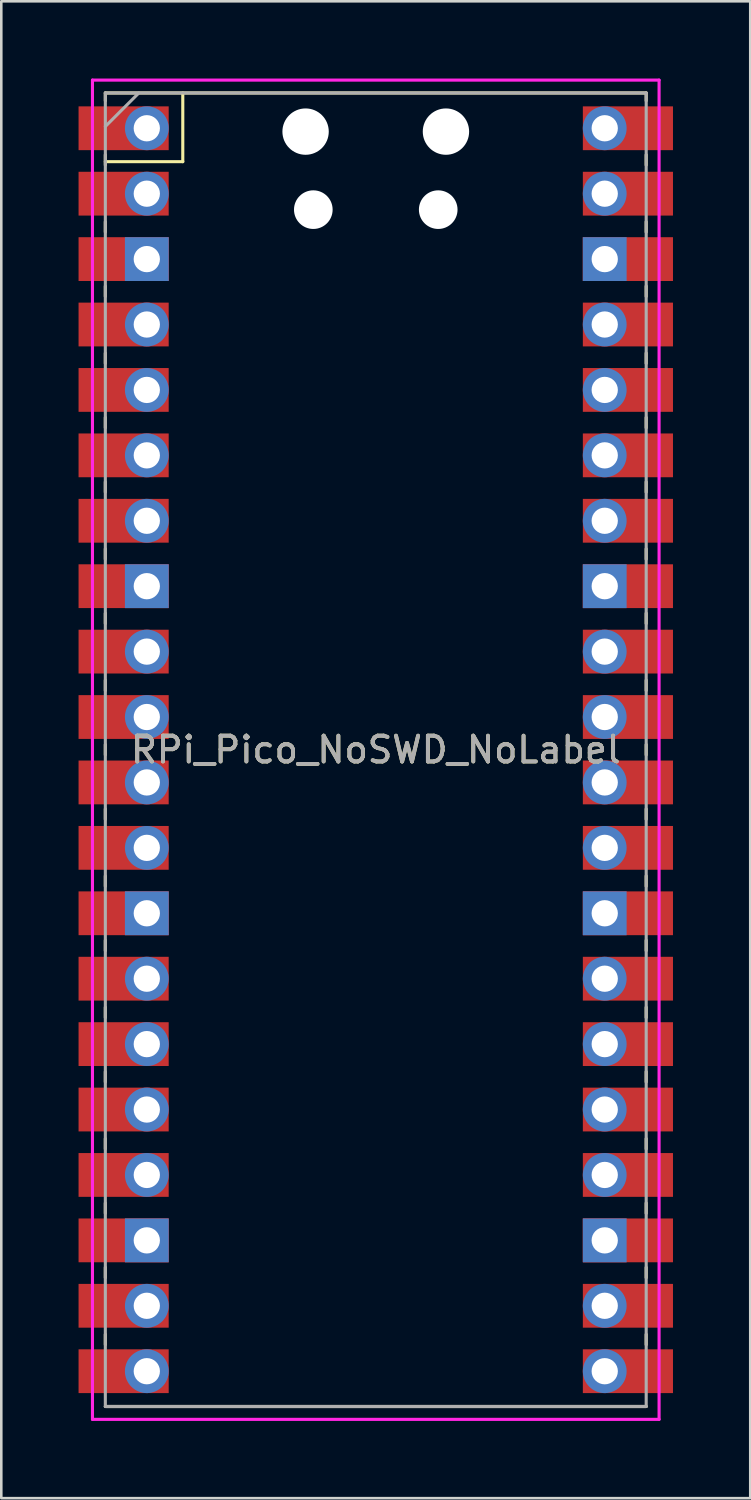
<source format=kicad_pcb>
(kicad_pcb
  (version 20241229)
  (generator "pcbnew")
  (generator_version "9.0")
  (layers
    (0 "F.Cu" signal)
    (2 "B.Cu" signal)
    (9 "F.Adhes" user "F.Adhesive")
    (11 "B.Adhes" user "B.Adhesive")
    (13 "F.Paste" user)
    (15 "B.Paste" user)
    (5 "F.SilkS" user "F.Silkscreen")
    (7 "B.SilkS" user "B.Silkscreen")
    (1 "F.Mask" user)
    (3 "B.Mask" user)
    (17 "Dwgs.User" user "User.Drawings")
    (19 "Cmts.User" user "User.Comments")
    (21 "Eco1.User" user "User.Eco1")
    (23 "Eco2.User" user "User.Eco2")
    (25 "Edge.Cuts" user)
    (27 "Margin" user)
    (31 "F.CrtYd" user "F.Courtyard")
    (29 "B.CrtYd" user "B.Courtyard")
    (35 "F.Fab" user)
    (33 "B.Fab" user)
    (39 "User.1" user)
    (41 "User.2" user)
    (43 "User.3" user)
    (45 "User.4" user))
  (footprint "RPi_Pico_NoSWD_NoLabel"
    (layer "F.Cu")
    (at 11.54 26.06)
    (property "Reference" "RPi_Pico_NoSWD_NoLabel" (at 0 0 0) (layer "F.SilkS") (effects (font (size 1 1) (thickness 0.15))))
    (attr through_hole)
    (fp_line (start -10.5 -25.5) (end -10.5 -25.2) (stroke (width 0.12) (type solid)) (layer "F.SilkS"))
    (fp_line (start -10.5 -25.5) (end 10.5 -25.5) (stroke (width 0.12) (type solid)) (layer "F.SilkS"))
    (fp_line (start -10.5 -23.1) (end -10.5 -22.7) (stroke (width 0.12) (type solid)) (layer "F.SilkS"))
    (fp_line (start -10.5 -22.833) (end -7.493 -22.833) (stroke (width 0.12) (type solid)) (layer "F.SilkS"))
    (fp_line (start -10.5 -20.5) (end -10.5 -20.1) (stroke (width 0.12) (type solid)) (layer "F.SilkS"))
    (fp_line (start -10.5 -18) (end -10.5 -17.6) (stroke (width 0.12) (type solid)) (layer "F.SilkS"))
    (fp_line (start -10.5 -15.4) (end -10.5 -15) (stroke (width 0.12) (type solid)) (layer "F.SilkS"))
    (fp_line (start -10.5 -12.9) (end -10.5 -12.5) (stroke (width 0.12) (type solid)) (layer "F.SilkS"))
    (fp_line (start -10.5 -10.4) (end -10.5 -10) (stroke (width 0.12) (type solid)) (layer "F.SilkS"))
    (fp_line (start -10.5 -7.8) (end -10.5 -7.4) (stroke (width 0.12) (type solid)) (layer "F.SilkS"))
    (fp_line (start -10.5 -5.3) (end -10.5 -4.9) (stroke (width 0.12) (type solid)) (layer "F.SilkS"))
    (fp_line (start -10.5 -2.7) (end -10.5 -2.3) (stroke (width 0.12) (type solid)) (layer "F.SilkS"))
    (fp_line (start -10.5 -0.2) (end -10.5 0.2) (stroke (width 0.12) (type solid)) (layer "F.SilkS"))
    (fp_line (start -10.5 2.3) (end -10.5 2.7) (stroke (width 0.12) (type solid)) (layer "F.SilkS"))
    (fp_line (start -10.5 4.9) (end -10.5 5.3) (stroke (width 0.12) (type solid)) (layer "F.SilkS"))
    (fp_line (start -10.5 7.4) (end -10.5 7.8) (stroke (width 0.12) (type solid)) (layer "F.SilkS"))
    (fp_line (start -10.5 10) (end -10.5 10.4) (stroke (width 0.12) (type solid)) (layer "F.SilkS"))
    (fp_line (start -10.5 12.5) (end -10.5 12.9) (stroke (width 0.12) (type solid)) (layer "F.SilkS"))
    (fp_line (start -10.5 15.1) (end -10.5 15.5) (stroke (width 0.12) (type solid)) (layer "F.SilkS"))
    (fp_line (start -10.5 17.6) (end -10.5 18) (stroke (width 0.12) (type solid)) (layer "F.SilkS"))
    (fp_line (start -10.5 20.1) (end -10.5 20.5) (stroke (width 0.12) (type solid)) (layer "F.SilkS"))
    (fp_line (start -10.5 22.7) (end -10.5 23.1) (stroke (width 0.12) (type solid)) (layer "F.SilkS"))
    (fp_line (start -7.493 -22.833) (end -7.493 -25.5) (stroke (width 0.12) (type solid)) (layer "F.SilkS"))
    (fp_line (start 10.5 -25.5) (end 10.5 -25.2) (stroke (width 0.12) (type solid)) (layer "F.SilkS"))
    (fp_line (start 10.5 -23.1) (end 10.5 -22.7) (stroke (width 0.12) (type solid)) (layer "F.SilkS"))
    (fp_line (start 10.5 -20.5) (end 10.5 -20.1) (stroke (width 0.12) (type solid)) (layer "F.SilkS"))
    (fp_line (start 10.5 -18) (end 10.5 -17.6) (stroke (width 0.12) (type solid)) (layer "F.SilkS"))
    (fp_line (start 10.5 -15.4) (end 10.5 -15) (stroke (width 0.12) (type solid)) (layer "F.SilkS"))
    (fp_line (start 10.5 -12.9) (end 10.5 -12.5) (stroke (width 0.12) (type solid)) (layer "F.SilkS"))
    (fp_line (start 10.5 -10.4) (end 10.5 -10) (stroke (width 0.12) (type solid)) (layer "F.SilkS"))
    (fp_line (start 10.5 -7.8) (end 10.5 -7.4) (stroke (width 0.12) (type solid)) (layer "F.SilkS"))
    (fp_line (start 10.5 -5.3) (end 10.5 -4.9) (stroke (width 0.12) (type solid)) (layer "F.SilkS"))
    (fp_line (start 10.5 -2.7) (end 10.5 -2.3) (stroke (width 0.12) (type solid)) (layer "F.SilkS"))
    (fp_line (start 10.5 -0.2) (end 10.5 0.2) (stroke (width 0.12) (type solid)) (layer "F.SilkS"))
    (fp_line (start 10.5 2.3) (end 10.5 2.7) (stroke (width 0.12) (type solid)) (layer "F.SilkS"))
    (fp_line (start 10.5 4.9) (end 10.5 5.3) (stroke (width 0.12) (type solid)) (layer "F.SilkS"))
    (fp_line (start 10.5 7.4) (end 10.5 7.8) (stroke (width 0.12) (type solid)) (layer "F.SilkS"))
    (fp_line (start 10.5 10) (end 10.5 10.4) (stroke (width 0.12) (type solid)) (layer "F.SilkS"))
    (fp_line (start 10.5 12.5) (end 10.5 12.9) (stroke (width 0.12) (type solid)) (layer "F.SilkS"))
    (fp_line (start 10.5 15.1) (end 10.5 15.5) (stroke (width 0.12) (type solid)) (layer "F.SilkS"))
    (fp_line (start 10.5 17.6) (end 10.5 18) (stroke (width 0.12) (type solid)) (layer "F.SilkS"))
    (fp_line (start 10.5 20.1) (end 10.5 20.5) (stroke (width 0.12) (type solid)) (layer "F.SilkS"))
    (fp_line (start 10.5 22.7) (end 10.5 23.1) (stroke (width 0.12) (type solid)) (layer "F.SilkS"))
    (fp_line (start 10.5 25.5) (end -10.5 25.5) (stroke (width 0.12) (type solid)) (layer "F.SilkS"))
    (fp_line (start -11 -26) (end 11 -26) (stroke (width 0.12) (type solid)) (layer "F.CrtYd"))
    (fp_line (start -11 26) (end -11 -26) (stroke (width 0.12) (type solid)) (layer "F.CrtYd"))
    (fp_line (start 11 -26) (end 11 26) (stroke (width 0.12) (type solid)) (layer "F.CrtYd"))
    (fp_line (start 11 26) (end -11 26) (stroke (width 0.12) (type solid)) (layer "F.CrtYd"))
    (fp_line (start -10.5 -25.5) (end 10.5 -25.5) (stroke (width 0.12) (type solid)) (layer "F.Fab"))
    (fp_line (start -10.5 -24.2) (end -9.2 -25.5) (stroke (width 0.12) (type solid)) (layer "F.Fab"))
    (fp_line (start -10.5 25.5) (end -10.5 -25.5) (stroke (width 0.12) (type solid)) (layer "F.Fab"))
    (fp_line (start 10.5 -25.5) (end 10.5 25.5) (stroke (width 0.12) (type solid)) (layer "F.Fab"))
    (fp_line (start 10.5 25.5) (end -10.5 25.5) (stroke (width 0.12) (type solid)) (layer "F.Fab"))
    (fp_text user "${REFERENCE}" (at 0 0 180) (layer "F.Fab") (effects (font (size 1 1) (thickness 0.15))))
    (pad "" np_thru_hole oval (at -2.725 -24) (size 1.8 1.8) (drill 1.8) (layers "*.Cu" "*.Mask"))
    (pad "" np_thru_hole oval (at -2.425 -20.97) (size 1.5 1.5) (drill 1.5) (layers "*.Cu" "*.Mask"))
    (pad "" np_thru_hole oval (at 2.425 -20.97) (size 1.5 1.5) (drill 1.5) (layers "*.Cu" "*.Mask"))
    (pad "" np_thru_hole oval (at 2.725 -24) (size 1.8 1.8) (drill 1.8) (layers "*.Cu" "*.Mask"))
    (pad "1" thru_hole oval (at -8.89 -24.13) (size 1.7 1.7) (drill 1.02) (layers "*.Cu" "*.Mask"))
    (pad "1" smd rect (at -8.89 -24.13) (size 3.5 1.7) (drill (offset -0.9 0)) (layers "F.Cu" "F.Mask"))
    (pad "2" thru_hole oval (at -8.89 -21.59) (size 1.7 1.7) (drill 1.02) (layers "*.Cu" "*.Mask"))
    (pad "2" smd rect (at -8.89 -21.59) (size 3.5 1.7) (drill (offset -0.9 0)) (layers "F.Cu" "F.Mask"))
    (pad "3" thru_hole rect (at -8.89 -19.05) (size 1.7 1.7) (drill 1.02) (layers "*.Cu" "*.Mask"))
    (pad "3" smd rect (at -8.89 -19.05) (size 3.5 1.7) (drill (offset -0.9 0)) (layers "F.Cu" "F.Mask"))
    (pad "4" thru_hole oval (at -8.89 -16.51) (size 1.7 1.7) (drill 1.02) (layers "*.Cu" "*.Mask"))
    (pad "4" smd rect (at -8.89 -16.51) (size 3.5 1.7) (drill (offset -0.9 0)) (layers "F.Cu" "F.Mask"))
    (pad "5" thru_hole oval (at -8.89 -13.97) (size 1.7 1.7) (drill 1.02) (layers "*.Cu" "*.Mask"))
    (pad "5" smd rect (at -8.89 -13.97) (size 3.5 1.7) (drill (offset -0.9 0)) (layers "F.Cu" "F.Mask"))
    (pad "6" thru_hole oval (at -8.89 -11.43) (size 1.7 1.7) (drill 1.02) (layers "*.Cu" "*.Mask"))
    (pad "6" smd rect (at -8.89 -11.43) (size 3.5 1.7) (drill (offset -0.9 0)) (layers "F.Cu" "F.Mask"))
    (pad "7" thru_hole oval (at -8.89 -8.89) (size 1.7 1.7) (drill 1.02) (layers "*.Cu" "*.Mask"))
    (pad "7" smd rect (at -8.89 -8.89) (size 3.5 1.7) (drill (offset -0.9 0)) (layers "F.Cu" "F.Mask"))
    (pad "8" thru_hole rect (at -8.89 -6.35) (size 1.7 1.7) (drill 1.02) (layers "*.Cu" "*.Mask"))
    (pad "8" smd rect (at -8.89 -6.35) (size 3.5 1.7) (drill (offset -0.9 0)) (layers "F.Cu" "F.Mask"))
    (pad "9" thru_hole oval (at -8.89 -3.81) (size 1.7 1.7) (drill 1.02) (layers "*.Cu" "*.Mask"))
    (pad "9" smd rect (at -8.89 -3.81) (size 3.5 1.7) (drill (offset -0.9 0)) (layers "F.Cu" "F.Mask"))
    (pad "10" thru_hole oval (at -8.89 -1.27) (size 1.7 1.7) (drill 1.02) (layers "*.Cu" "*.Mask"))
    (pad "10" smd rect (at -8.89 -1.27) (size 3.5 1.7) (drill (offset -0.9 0)) (layers "F.Cu" "F.Mask"))
    (pad "11" thru_hole oval (at -8.89 1.27) (size 1.7 1.7) (drill 1.02) (layers "*.Cu" "*.Mask"))
    (pad "11" smd rect (at -8.89 1.27) (size 3.5 1.7) (drill (offset -0.9 0)) (layers "F.Cu" "F.Mask"))
    (pad "12" thru_hole oval (at -8.89 3.81) (size 1.7 1.7) (drill 1.02) (layers "*.Cu" "*.Mask"))
    (pad "12" smd rect (at -8.89 3.81) (size 3.5 1.7) (drill (offset -0.9 0)) (layers "F.Cu" "F.Mask"))
    (pad "13" thru_hole rect (at -8.89 6.35) (size 1.7 1.7) (drill 1.02) (layers "*.Cu" "*.Mask"))
    (pad "13" smd rect (at -8.89 6.35) (size 3.5 1.7) (drill (offset -0.9 0)) (layers "F.Cu" "F.Mask"))
    (pad "14" thru_hole oval (at -8.89 8.89) (size 1.7 1.7) (drill 1.02) (layers "*.Cu" "*.Mask"))
    (pad "14" smd rect (at -8.89 8.89) (size 3.5 1.7) (drill (offset -0.9 0)) (layers "F.Cu" "F.Mask"))
    (pad "15" thru_hole oval (at -8.89 11.43) (size 1.7 1.7) (drill 1.02) (layers "*.Cu" "*.Mask"))
    (pad "15" smd rect (at -8.89 11.43) (size 3.5 1.7) (drill (offset -0.9 0)) (layers "F.Cu" "F.Mask"))
    (pad "16" thru_hole oval (at -8.89 13.97) (size 1.7 1.7) (drill 1.02) (layers "*.Cu" "*.Mask"))
    (pad "16" smd rect (at -8.89 13.97) (size 3.5 1.7) (drill (offset -0.9 0)) (layers "F.Cu" "F.Mask"))
    (pad "17" thru_hole oval (at -8.89 16.51) (size 1.7 1.7) (drill 1.02) (layers "*.Cu" "*.Mask"))
    (pad "17" smd rect (at -8.89 16.51) (size 3.5 1.7) (drill (offset -0.9 0)) (layers "F.Cu" "F.Mask"))
    (pad "18" thru_hole rect (at -8.89 19.05) (size 1.7 1.7) (drill 1.02) (layers "*.Cu" "*.Mask"))
    (pad "18" smd rect (at -8.89 19.05) (size 3.5 1.7) (drill (offset -0.9 0)) (layers "F.Cu" "F.Mask"))
    (pad "19" thru_hole oval (at -8.89 21.59) (size 1.7 1.7) (drill 1.02) (layers "*.Cu" "*.Mask"))
    (pad "19" smd rect (at -8.89 21.59) (size 3.5 1.7) (drill (offset -0.9 0)) (layers "F.Cu" "F.Mask"))
    (pad "20" thru_hole oval (at -8.89 24.13) (size 1.7 1.7) (drill 1.02) (layers "*.Cu" "*.Mask"))
    (pad "20" smd rect (at -8.89 24.13) (size 3.5 1.7) (drill (offset -0.9 0)) (layers "F.Cu" "F.Mask"))
    (pad "21" thru_hole oval (at 8.89 24.13) (size 1.7 1.7) (drill 1.02) (layers "*.Cu" "*.Mask"))
    (pad "21" smd rect (at 8.89 24.13) (size 3.5 1.7) (drill (offset 0.9 0)) (layers "F.Cu" "F.Mask"))
    (pad "22" thru_hole oval (at 8.89 21.59) (size 1.7 1.7) (drill 1.02) (layers "*.Cu" "*.Mask"))
    (pad "22" smd rect (at 8.89 21.59) (size 3.5 1.7) (drill (offset 0.9 0)) (layers "F.Cu" "F.Mask"))
    (pad "23" thru_hole rect (at 8.89 19.05) (size 1.7 1.7) (drill 1.02) (layers "*.Cu" "*.Mask"))
    (pad "23" smd rect (at 8.89 19.05) (size 3.5 1.7) (drill (offset 0.9 0)) (layers "F.Cu" "F.Mask"))
    (pad "24" thru_hole oval (at 8.89 16.51) (size 1.7 1.7) (drill 1.02) (layers "*.Cu" "*.Mask"))
    (pad "24" smd rect (at 8.89 16.51) (size 3.5 1.7) (drill (offset 0.9 0)) (layers "F.Cu" "F.Mask"))
    (pad "25" thru_hole oval (at 8.89 13.97) (size 1.7 1.7) (drill 1.02) (layers "*.Cu" "*.Mask"))
    (pad "25" smd rect (at 8.89 13.97) (size 3.5 1.7) (drill (offset 0.9 0)) (layers "F.Cu" "F.Mask"))
    (pad "26" thru_hole oval (at 8.89 11.43) (size 1.7 1.7) (drill 1.02) (layers "*.Cu" "*.Mask"))
    (pad "26" smd rect (at 8.89 11.43) (size 3.5 1.7) (drill (offset 0.9 0)) (layers "F.Cu" "F.Mask"))
    (pad "27" thru_hole oval (at 8.89 8.89) (size 1.7 1.7) (drill 1.02) (layers "*.Cu" "*.Mask"))
    (pad "27" smd rect (at 8.89 8.89) (size 3.5 1.7) (drill (offset 0.9 0)) (layers "F.Cu" "F.Mask"))
    (pad "28" thru_hole rect (at 8.89 6.35) (size 1.7 1.7) (drill 1.02) (layers "*.Cu" "*.Mask"))
    (pad "28" smd rect (at 8.89 6.35) (size 3.5 1.7) (drill (offset 0.9 0)) (layers "F.Cu" "F.Mask"))
    (pad "29" thru_hole oval (at 8.89 3.81) (size 1.7 1.7) (drill 1.02) (layers "*.Cu" "*.Mask"))
    (pad "29" smd rect (at 8.89 3.81) (size 3.5 1.7) (drill (offset 0.9 0)) (layers "F.Cu" "F.Mask"))
    (pad "30" thru_hole oval (at 8.89 1.27) (size 1.7 1.7) (drill 1.02) (layers "*.Cu" "*.Mask"))
    (pad "30" smd rect (at 8.89 1.27) (size 3.5 1.7) (drill (offset 0.9 0)) (layers "F.Cu" "F.Mask"))
    (pad "31" thru_hole oval (at 8.89 -1.27) (size 1.7 1.7) (drill 1.02) (layers "*.Cu" "*.Mask"))
    (pad "31" smd rect (at 8.89 -1.27) (size 3.5 1.7) (drill (offset 0.9 0)) (layers "F.Cu" "F.Mask"))
    (pad "32" thru_hole oval (at 8.89 -3.81) (size 1.7 1.7) (drill 1.02) (layers "*.Cu" "*.Mask"))
    (pad "32" smd rect (at 8.89 -3.81) (size 3.5 1.7) (drill (offset 0.9 0)) (layers "F.Cu" "F.Mask"))
    (pad "33" thru_hole rect (at 8.89 -6.35) (size 1.7 1.7) (drill 1.02) (layers "*.Cu" "*.Mask"))
    (pad "33" smd rect (at 8.89 -6.35) (size 3.5 1.7) (drill (offset 0.9 0)) (layers "F.Cu" "F.Mask"))
    (pad "34" thru_hole oval (at 8.89 -8.89) (size 1.7 1.7) (drill 1.02) (layers "*.Cu" "*.Mask"))
    (pad "34" smd rect (at 8.89 -8.89) (size 3.5 1.7) (drill (offset 0.9 0)) (layers "F.Cu" "F.Mask"))
    (pad "35" thru_hole oval (at 8.89 -11.43) (size 1.7 1.7) (drill 1.02) (layers "*.Cu" "*.Mask"))
    (pad "35" smd rect (at 8.89 -11.43) (size 3.5 1.7) (drill (offset 0.9 0)) (layers "F.Cu" "F.Mask"))
    (pad "36" thru_hole oval (at 8.89 -13.97) (size 1.7 1.7) (drill 1.02) (layers "*.Cu" "*.Mask"))
    (pad "36" smd rect (at 8.89 -13.97) (size 3.5 1.7) (drill (offset 0.9 0)) (layers "F.Cu" "F.Mask"))
    (pad "37" thru_hole oval (at 8.89 -16.51) (size 1.7 1.7) (drill 1.02) (layers "*.Cu" "*.Mask"))
    (pad "37" smd rect (at 8.89 -16.51) (size 3.5 1.7) (drill (offset 0.9 0)) (layers "F.Cu" "F.Mask"))
    (pad "38" thru_hole rect (at 8.89 -19.05) (size 1.7 1.7) (drill 1.02) (layers "*.Cu" "*.Mask"))
    (pad "38" smd rect (at 8.89 -19.05) (size 3.5 1.7) (drill (offset 0.9 0)) (layers "F.Cu" "F.Mask"))
    (pad "39" thru_hole oval (at 8.89 -21.59) (size 1.7 1.7) (drill 1.02) (layers "*.Cu" "*.Mask"))
    (pad "39" smd rect (at 8.89 -21.59) (size 3.5 1.7) (drill (offset 0.9 0)) (layers "F.Cu" "F.Mask"))
    (pad "40" thru_hole oval (at 8.89 -24.13) (size 1.7 1.7) (drill 1.02) (layers "*.Cu" "*.Mask"))
    (pad "40" smd rect (at 8.89 -24.13) (size 3.5 1.7) (drill (offset 0.9 0)) (layers "F.Cu" "F.Mask")))
  (gr_rect
    (start -3 -3)
    (end 26.08 55.12)
    (stroke (width 0.1) (type default))
    (fill no)
    (layer "Edge.Cuts")))
</source>
